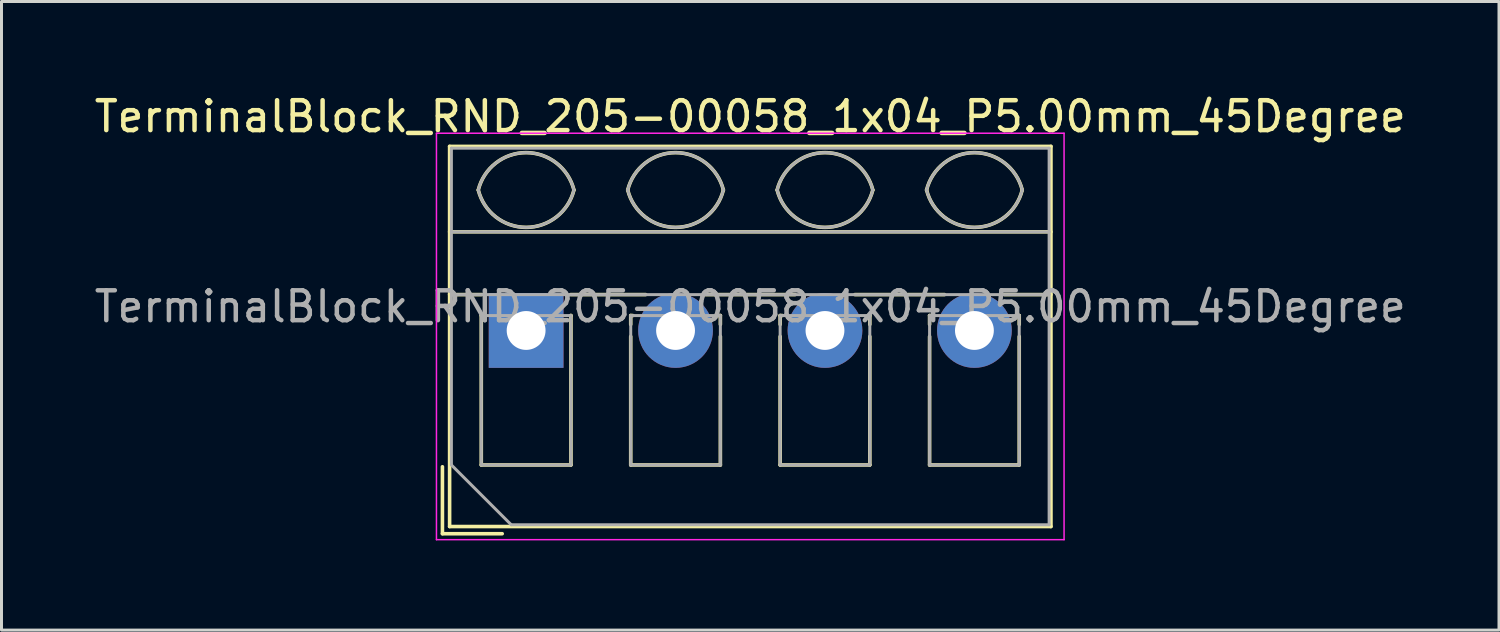
<source format=kicad_pcb>
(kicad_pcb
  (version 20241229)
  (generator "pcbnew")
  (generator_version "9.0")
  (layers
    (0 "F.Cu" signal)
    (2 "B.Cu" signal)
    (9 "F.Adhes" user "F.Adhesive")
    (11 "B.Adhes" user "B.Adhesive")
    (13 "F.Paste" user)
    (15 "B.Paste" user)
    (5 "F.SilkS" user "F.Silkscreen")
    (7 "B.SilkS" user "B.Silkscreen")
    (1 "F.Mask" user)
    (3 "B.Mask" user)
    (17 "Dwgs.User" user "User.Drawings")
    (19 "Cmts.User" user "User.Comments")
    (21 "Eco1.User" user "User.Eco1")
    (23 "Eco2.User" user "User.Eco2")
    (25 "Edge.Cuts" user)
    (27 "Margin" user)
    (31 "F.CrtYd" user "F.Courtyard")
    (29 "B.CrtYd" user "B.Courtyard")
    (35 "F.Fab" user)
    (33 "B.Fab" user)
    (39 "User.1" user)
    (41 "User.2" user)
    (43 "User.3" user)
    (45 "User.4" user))
  (footprint "TerminalBlock_RND_205-00058_1x04_P5.00mm_45Degree"
    (layer "F.Cu")
    (at 14.554 8.008)
    (property "Reference" "TerminalBlock_RND_205-00058_1x04_P5.00mm_45Degree" (at 7.5 -7.16 0) (layer "F.SilkS") (effects (font (size 1 1) (thickness 0.15))))
    (attr through_hole)
    (fp_line (start -2.8 4.56) (end -2.8 6.8) (stroke (width 0.12) (type solid)) (layer "F.SilkS"))
    (fp_line (start -2.8 6.8) (end -0.8 6.8) (stroke (width 0.12) (type solid)) (layer "F.SilkS"))
    (fp_line (start -2.56 -6.16) (end -2.56 6.56) (stroke (width 0.12) (type solid)) (layer "F.SilkS"))
    (fp_line (start -2.56 -6.16) (end 17.561 -6.16) (stroke (width 0.12) (type solid)) (layer "F.SilkS"))
    (fp_line (start -2.56 -3.301) (end 17.561 -3.301) (stroke (width 0.12) (type solid)) (layer "F.SilkS"))
    (fp_line (start -2.56 -1.201) (end -1.49 -1.201) (stroke (width 0.12) (type solid)) (layer "F.SilkS"))
    (fp_line (start -2.56 6.56) (end 17.561 6.56) (stroke (width 0.12) (type solid)) (layer "F.SilkS"))
    (fp_line (start -1.5 -0.5) (end -1.5 4.5) (stroke (width 0.12) (type solid)) (layer "F.SilkS"))
    (fp_line (start -1.5 -0.5) (end -1.49 -0.5) (stroke (width 0.12) (type solid)) (layer "F.SilkS"))
    (fp_line (start -1.5 4.5) (end 1.5 4.5) (stroke (width 0.12) (type solid)) (layer "F.SilkS"))
    (fp_line (start 1.49 -1.201) (end 4 -1.201) (stroke (width 0.12) (type solid)) (layer "F.SilkS"))
    (fp_line (start 1.49 -0.5) (end 1.5 -0.5) (stroke (width 0.12) (type solid)) (layer "F.SilkS"))
    (fp_line (start 1.5 -0.5) (end 1.5 4.5) (stroke (width 0.12) (type solid)) (layer "F.SilkS"))
    (fp_line (start 3.5 -0.5) (end 3.5 -0.202) (stroke (width 0.12) (type solid)) (layer "F.SilkS"))
    (fp_line (start 3.5 -0.5) (end 3.57 -0.5) (stroke (width 0.12) (type solid)) (layer "F.SilkS"))
    (fp_line (start 3.5 0.202) (end 3.5 4.5) (stroke (width 0.12) (type solid)) (layer "F.SilkS"))
    (fp_line (start 3.5 4.5) (end 6.5 4.5) (stroke (width 0.12) (type solid)) (layer "F.SilkS"))
    (fp_line (start 6.001 -1.201) (end 9 -1.201) (stroke (width 0.12) (type solid)) (layer "F.SilkS"))
    (fp_line (start 6.431 -0.5) (end 6.5 -0.5) (stroke (width 0.12) (type solid)) (layer "F.SilkS"))
    (fp_line (start 6.5 -0.5) (end 6.5 -0.202) (stroke (width 0.12) (type solid)) (layer "F.SilkS"))
    (fp_line (start 6.5 0.202) (end 6.5 4.5) (stroke (width 0.12) (type solid)) (layer "F.SilkS"))
    (fp_line (start 8.5 -0.5) (end 8.5 -0.202) (stroke (width 0.12) (type solid)) (layer "F.SilkS"))
    (fp_line (start 8.5 -0.5) (end 8.57 -0.5) (stroke (width 0.12) (type solid)) (layer "F.SilkS"))
    (fp_line (start 8.5 0.202) (end 8.5 4.5) (stroke (width 0.12) (type solid)) (layer "F.SilkS"))
    (fp_line (start 8.5 4.5) (end 11.5 4.5) (stroke (width 0.12) (type solid)) (layer "F.SilkS"))
    (fp_line (start 11.001 -1.201) (end 14 -1.201) (stroke (width 0.12) (type solid)) (layer "F.SilkS"))
    (fp_line (start 11.431 -0.5) (end 11.5 -0.5) (stroke (width 0.12) (type solid)) (layer "F.SilkS"))
    (fp_line (start 11.5 -0.5) (end 11.5 -0.202) (stroke (width 0.12) (type solid)) (layer "F.SilkS"))
    (fp_line (start 11.5 0.202) (end 11.5 4.5) (stroke (width 0.12) (type solid)) (layer "F.SilkS"))
    (fp_line (start 13.5 -0.5) (end 13.5 -0.202) (stroke (width 0.12) (type solid)) (layer "F.SilkS"))
    (fp_line (start 13.5 -0.5) (end 13.57 -0.5) (stroke (width 0.12) (type solid)) (layer "F.SilkS"))
    (fp_line (start 13.5 0.202) (end 13.5 4.5) (stroke (width 0.12) (type solid)) (layer "F.SilkS"))
    (fp_line (start 13.5 4.5) (end 16.5 4.5) (stroke (width 0.12) (type solid)) (layer "F.SilkS"))
    (fp_line (start 16.001 -1.201) (end 17.561 -1.201) (stroke (width 0.12) (type solid)) (layer "F.SilkS"))
    (fp_line (start 16.431 -0.5) (end 16.5 -0.5) (stroke (width 0.12) (type solid)) (layer "F.SilkS"))
    (fp_line (start 16.5 -0.5) (end 16.5 -0.202) (stroke (width 0.12) (type solid)) (layer "F.SilkS"))
    (fp_line (start 16.5 0.202) (end 16.5 4.5) (stroke (width 0.12) (type solid)) (layer "F.SilkS"))
    (fp_line (start 17.561 -6.16) (end 17.561 6.56) (stroke (width 0.12) (type solid)) (layer "F.SilkS"))
    (fp_arc (start -1.600914 -4.700344) (mid 0.000177 -5.95097) (end 1.601 -4.7) (stroke (width 0.12) (type solid)) (layer "F.SilkS"))
    (fp_arc (start 1.6 -4.7) (mid -0.000064 -3.45) (end -1.600031 -4.700125) (stroke (width 0.12) (type solid)) (layer "F.SilkS"))
    (fp_arc (start 3.399086 -4.700344) (mid 5.000177 -5.95097) (end 6.601 -4.7) (stroke (width 0.12) (type solid)) (layer "F.SilkS"))
    (fp_arc (start 6.6 -4.7) (mid 4.999936 -3.45) (end 3.399969 -4.700125) (stroke (width 0.12) (type solid)) (layer "F.SilkS"))
    (fp_arc (start 8.399086 -4.700344) (mid 10.000177 -5.95097) (end 11.601 -4.7) (stroke (width 0.12) (type solid)) (layer "F.SilkS"))
    (fp_arc (start 11.6 -4.7) (mid 9.999936 -3.45) (end 8.399969 -4.700125) (stroke (width 0.12) (type solid)) (layer "F.SilkS"))
    (fp_arc (start 13.399086 -4.700344) (mid 15.000177 -5.95097) (end 16.601 -4.7) (stroke (width 0.12) (type solid)) (layer "F.SilkS"))
    (fp_arc (start 16.6 -4.7) (mid 14.999936 -3.45) (end 13.399969 -4.700125) (stroke (width 0.12) (type solid)) (layer "F.SilkS"))
    (fp_line (start -3 -6.6) (end -3 7) (stroke (width 0.05) (type solid)) (layer "F.CrtYd"))
    (fp_line (start -3 7) (end 18 7) (stroke (width 0.05) (type solid)) (layer "F.CrtYd"))
    (fp_line (start 18 -6.6) (end -3 -6.6) (stroke (width 0.05) (type solid)) (layer "F.CrtYd"))
    (fp_line (start 18 7) (end 18 -6.6) (stroke (width 0.05) (type solid)) (layer "F.CrtYd"))
    (fp_line (start -2.5 -6.1) (end 17.5 -6.1) (stroke (width 0.1) (type solid)) (layer "F.Fab"))
    (fp_line (start -2.5 -3.3) (end 17.5 -3.3) (stroke (width 0.1) (type solid)) (layer "F.Fab"))
    (fp_line (start -2.5 -1.2) (end 17.5 -1.2) (stroke (width 0.1) (type solid)) (layer "F.Fab"))
    (fp_line (start -2.5 4.5) (end -2.5 -6.1) (stroke (width 0.1) (type solid)) (layer "F.Fab"))
    (fp_line (start -1.5 -0.5) (end -1.5 4.5) (stroke (width 0.1) (type solid)) (layer "F.Fab"))
    (fp_line (start -1.5 4.5) (end 1.5 4.5) (stroke (width 0.1) (type solid)) (layer "F.Fab"))
    (fp_line (start -0.5 6.5) (end -2.5 4.5) (stroke (width 0.1) (type solid)) (layer "F.Fab"))
    (fp_line (start 1.5 -0.5) (end -1.5 -0.5) (stroke (width 0.1) (type solid)) (layer "F.Fab"))
    (fp_line (start 1.5 4.5) (end 1.5 -0.5) (stroke (width 0.1) (type solid)) (layer "F.Fab"))
    (fp_line (start 3.5 -0.5) (end 3.5 4.5) (stroke (width 0.1) (type solid)) (layer "F.Fab"))
    (fp_line (start 3.5 4.5) (end 6.5 4.5) (stroke (width 0.1) (type solid)) (layer "F.Fab"))
    (fp_line (start 6.5 -0.5) (end 3.5 -0.5) (stroke (width 0.1) (type solid)) (layer "F.Fab"))
    (fp_line (start 6.5 4.5) (end 6.5 -0.5) (stroke (width 0.1) (type solid)) (layer "F.Fab"))
    (fp_line (start 8.5 -0.5) (end 8.5 4.5) (stroke (width 0.1) (type solid)) (layer "F.Fab"))
    (fp_line (start 8.5 4.5) (end 11.5 4.5) (stroke (width 0.1) (type solid)) (layer "F.Fab"))
    (fp_line (start 11.5 -0.5) (end 8.5 -0.5) (stroke (width 0.1) (type solid)) (layer "F.Fab"))
    (fp_line (start 11.5 4.5) (end 11.5 -0.5) (stroke (width 0.1) (type solid)) (layer "F.Fab"))
    (fp_line (start 13.5 -0.5) (end 13.5 4.5) (stroke (width 0.1) (type solid)) (layer "F.Fab"))
    (fp_line (start 13.5 4.5) (end 16.5 4.5) (stroke (width 0.1) (type solid)) (layer "F.Fab"))
    (fp_line (start 16.5 -0.5) (end 13.5 -0.5) (stroke (width 0.1) (type solid)) (layer "F.Fab"))
    (fp_line (start 16.5 4.5) (end 16.5 -0.5) (stroke (width 0.1) (type solid)) (layer "F.Fab"))
    (fp_line (start 17.5 -6.1) (end 17.5 6.5) (stroke (width 0.1) (type solid)) (layer "F.Fab"))
    (fp_line (start 17.5 6.5) (end -0.5 6.5) (stroke (width 0.1) (type solid)) (layer "F.Fab"))
    (fp_arc (start -1.600914 -4.700344) (mid 0.000177 -5.95097) (end 1.601 -4.7) (stroke (width 0.1) (type solid)) (layer "F.Fab"))
    (fp_arc (start 1.6 -4.7) (mid -0.000064 -3.45) (end -1.600031 -4.700125) (stroke (width 0.1) (type solid)) (layer "F.Fab"))
    (fp_arc (start 3.399086 -4.700344) (mid 5.000177 -5.95097) (end 6.601 -4.7) (stroke (width 0.1) (type solid)) (layer "F.Fab"))
    (fp_arc (start 6.6 -4.7) (mid 4.999936 -3.45) (end 3.399969 -4.700125) (stroke (width 0.1) (type solid)) (layer "F.Fab"))
    (fp_arc (start 8.399086 -4.700344) (mid 10.000177 -5.95097) (end 11.601 -4.7) (stroke (width 0.1) (type solid)) (layer "F.Fab"))
    (fp_arc (start 11.6 -4.7) (mid 9.999936 -3.45) (end 8.399969 -4.700125) (stroke (width 0.1) (type solid)) (layer "F.Fab"))
    (fp_arc (start 13.399086 -4.700344) (mid 15.000177 -5.95097) (end 16.601 -4.7) (stroke (width 0.1) (type solid)) (layer "F.Fab"))
    (fp_arc (start 16.6 -4.7) (mid 14.999936 -3.45) (end 13.399969 -4.700125) (stroke (width 0.1) (type solid)) (layer "F.Fab"))
    (fp_text user "${REFERENCE}" (at 7.5 -0.8 0) (layer "F.Fab") (effects (font (size 1 1) (thickness 0.15))))
    (pad "1" thru_hole rect (at 0 0) (size 2.5 2.5) (drill 1.3) (layers "*.Cu" "*.Mask"))
    (pad "2" thru_hole circle (at 5 0) (size 2.5 2.5) (drill 1.3) (layers "*.Cu" "*.Mask"))
    (pad "3" thru_hole circle (at 10 0) (size 2.5 2.5) (drill 1.3) (layers "*.Cu" "*.Mask"))
    (pad "4" thru_hole circle (at 15 0) (size 2.5 2.5) (drill 1.3) (layers "*.Cu" "*.Mask")))
  (gr_rect
    (start -3 -3)
    (end 47.107 18.033)
    (stroke (width 0.1) (type default))
    (fill no)
    (layer "Edge.Cuts")))
</source>
